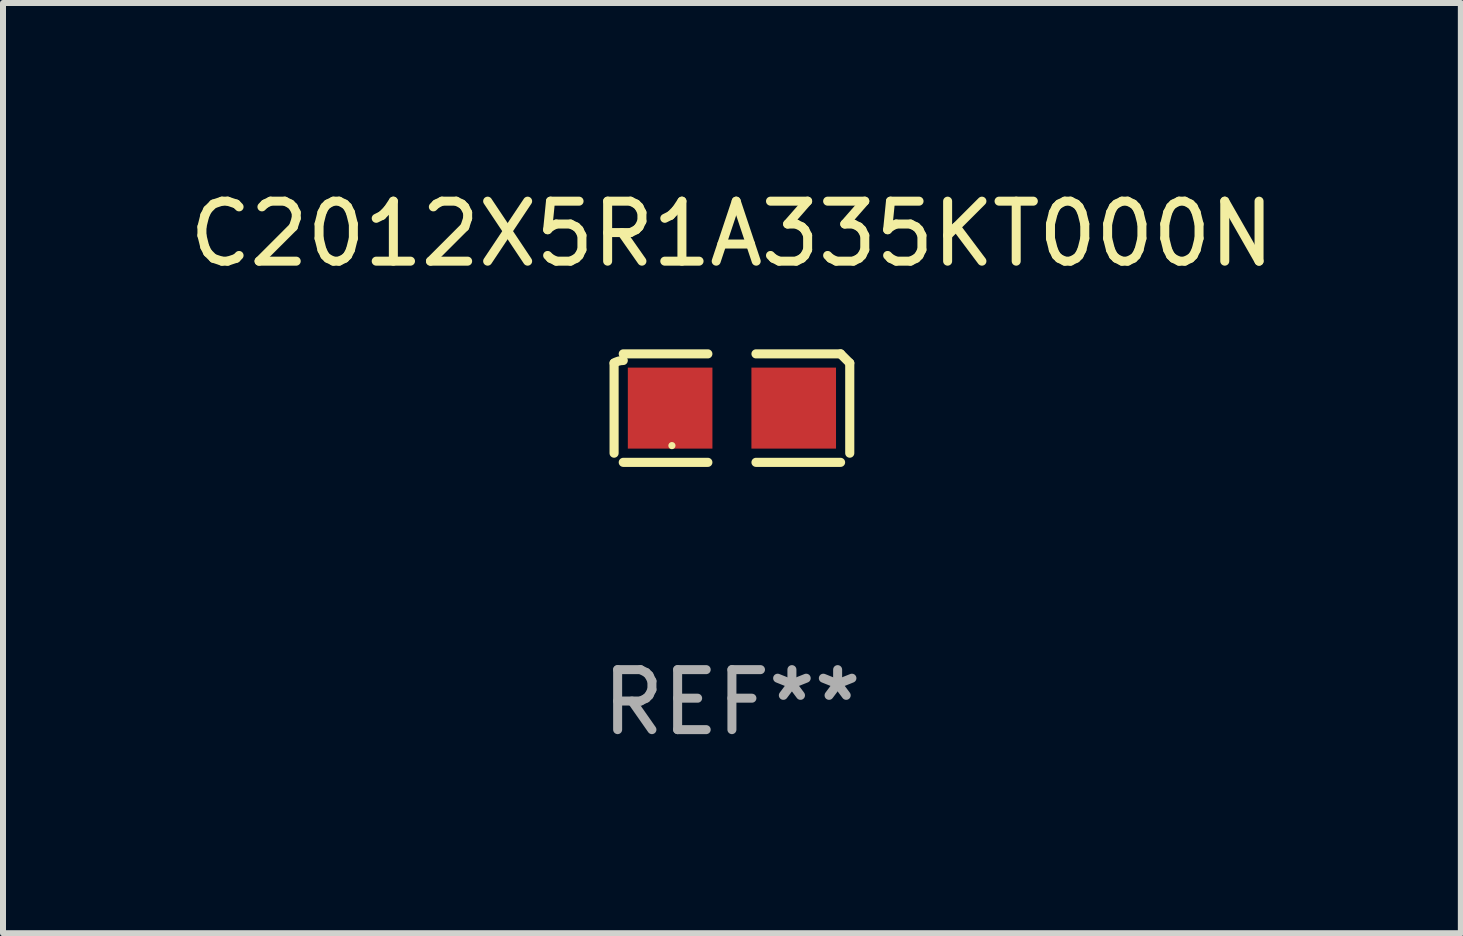
<source format=kicad_pcb>
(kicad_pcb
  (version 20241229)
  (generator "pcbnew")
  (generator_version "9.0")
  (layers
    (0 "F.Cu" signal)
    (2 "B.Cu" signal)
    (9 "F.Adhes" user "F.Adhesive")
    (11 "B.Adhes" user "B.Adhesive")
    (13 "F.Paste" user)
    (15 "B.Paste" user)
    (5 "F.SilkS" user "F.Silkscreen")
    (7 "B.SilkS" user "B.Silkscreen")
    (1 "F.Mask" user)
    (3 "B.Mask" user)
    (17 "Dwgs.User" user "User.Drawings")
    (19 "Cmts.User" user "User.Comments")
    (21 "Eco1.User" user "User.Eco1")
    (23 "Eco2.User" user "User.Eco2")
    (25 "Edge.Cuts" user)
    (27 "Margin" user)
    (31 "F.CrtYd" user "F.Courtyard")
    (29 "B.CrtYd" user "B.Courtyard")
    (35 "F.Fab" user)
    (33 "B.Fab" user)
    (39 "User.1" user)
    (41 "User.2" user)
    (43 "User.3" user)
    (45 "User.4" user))
  (footprint "C2012X5R1A335KT000N"
    (layer "F.Cu")
    (at 9.149 3.752)
    (property "Reference" "C2012X5R1A335KT000N" (at 0 -2.904 0) (layer "F.SilkS") (effects (font (size 1 1) (thickness 0.15))))
    (attr through_hole)
    (fp_line (start -1.964 0.751) (end -1.964 -0.751) (stroke (width 0.152) (type solid)) (layer "F.SilkS"))
    (fp_line (start -1.811 -0.904) (end -0.401 -0.904) (stroke (width 0.152) (type solid)) (layer "F.SilkS"))
    (fp_line (start -0.401 0.904) (end -1.811 0.904) (stroke (width 0.152) (type solid)) (layer "F.SilkS"))
    (fp_line (start 0.401 0.904) (end 1.811 0.904) (stroke (width 0.152) (type solid)) (layer "F.SilkS"))
    (fp_line (start 1.811 -0.904) (end 0.401 -0.904) (stroke (width 0.152) (type solid)) (layer "F.SilkS"))
    (fp_line (start 1.964 0.751) (end 1.964 -0.751) (stroke (width 0.152) (type solid)) (layer "F.SilkS"))
    (fp_arc (start -1.963602 -0.751207) (mid -1.890354 -0.783131) (end -1.811201 -0.794044) (stroke (width 0.1524) (type solid)) (layer "F.SilkS"))
    (fp_arc (start 1.811202 -0.903607) (mid 1.887413 -0.827418) (end 1.963602 -0.751207) (stroke (width 0.1524) (type solid)) (layer "F.SilkS"))
    (fp_circle (center -1 0.625) (end -0.97 0.625) (stroke (width 0.06) (type solid)) (fill no) (layer "F.SilkS"))
    (fp_text user "REF**" (at 0 4.904 0) (layer "F.Fab") (effects (font (size 1 1) (thickness 0.15))))
    (pad "1" smd rect (at -1.03 0) (size 1.41 1.35) (layers "F.Cu" "F.Mask" "F.Paste"))
    (pad "2" smd rect (at 1.03 0) (size 1.41 1.35) (layers "F.Cu" "F.Mask" "F.Paste")))
  (gr_rect
    (start -3 -3)
    (end 21.298 12.504)
    (stroke (width 0.1) (type default))
    (fill no)
    (layer "Edge.Cuts")))
</source>
